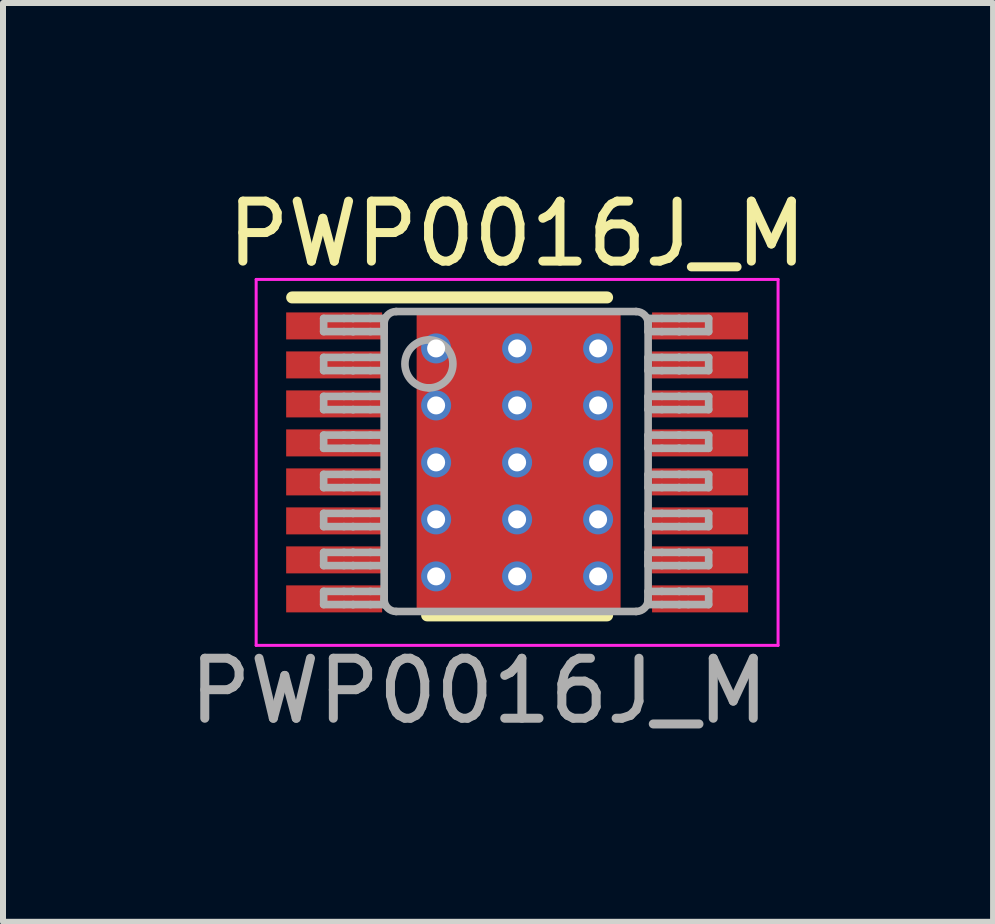
<source format=kicad_pcb>
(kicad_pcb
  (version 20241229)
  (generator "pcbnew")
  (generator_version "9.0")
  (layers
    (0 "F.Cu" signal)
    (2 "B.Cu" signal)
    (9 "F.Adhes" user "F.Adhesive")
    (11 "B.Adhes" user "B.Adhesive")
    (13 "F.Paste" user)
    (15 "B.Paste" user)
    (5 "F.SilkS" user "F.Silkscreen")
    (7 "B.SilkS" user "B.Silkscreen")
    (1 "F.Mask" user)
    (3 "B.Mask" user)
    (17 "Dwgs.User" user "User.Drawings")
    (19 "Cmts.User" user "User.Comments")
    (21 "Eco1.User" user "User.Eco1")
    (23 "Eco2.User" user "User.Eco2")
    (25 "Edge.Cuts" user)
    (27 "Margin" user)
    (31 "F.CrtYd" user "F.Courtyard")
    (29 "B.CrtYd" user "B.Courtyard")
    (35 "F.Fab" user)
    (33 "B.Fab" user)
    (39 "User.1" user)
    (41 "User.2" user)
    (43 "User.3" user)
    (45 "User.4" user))
  (footprint "PWP0016J_M"
    (layer "F.Cu")
    (at 5.57 4.658)
    (property "Reference" "PWP0016J_M" (at 0 -3.81 0) (unlocked yes) (layer "F.SilkS") (effects (font (size 1 1) (thickness 0.15))))
    (attr smd)
    (fp_poly (pts (xy -1.23 1.726) (xy -1.23 -1.726) (xy -1.229 -1.735) (xy -1.226 -1.745) (xy -1.222 -1.753) (xy -1.216 -1.761) (xy -1.208 -1.767) (xy -1.2 -1.771) (xy -1.19 -1.774) (xy -1.181 -1.775) (xy 1.181 -1.775) (xy 1.19 -1.774) (xy 1.2 -1.771) (xy 1.208 -1.767) (xy 1.216 -1.761) (xy 1.222 -1.753) (xy 1.226 -1.745) (xy 1.229 -1.735) (xy 1.23 -1.726) (xy 1.23 1.726) (xy 1.229 1.735) (xy 1.226 1.745) (xy 1.222 1.753) (xy 1.216 1.761) (xy 1.208 1.767) (xy 1.2 1.771) (xy 1.19 1.774) (xy 1.181 1.775) (xy -1.181 1.775) (xy -1.19 1.774) (xy -1.2 1.771) (xy -1.208 1.767) (xy -1.216 1.761) (xy -1.222 1.753) (xy -1.226 1.745) (xy -1.229 1.735)) (stroke (width 0) (type solid)) (fill yes) (layer "F.Mask"))
    (fp_line (start -3.75 -2.75) (end 1.5 -2.75) (stroke (width 0.2) (type solid)) (layer "F.SilkS"))
    (fp_line (start -1.5 2.55) (end 1.5 2.55) (stroke (width 0.2) (type solid)) (layer "F.SilkS"))
    (fp_poly (pts (xy -1.23 1.726) (xy -1.23 -1.726) (xy -1.229 -1.735) (xy -1.226 -1.745) (xy -1.222 -1.753) (xy -1.216 -1.761) (xy -1.208 -1.767) (xy -1.2 -1.771) (xy -1.19 -1.774) (xy -1.181 -1.775) (xy 1.181 -1.775) (xy 1.19 -1.774) (xy 1.2 -1.771) (xy 1.208 -1.767) (xy 1.216 -1.761) (xy 1.222 -1.753) (xy 1.226 -1.745) (xy 1.229 -1.735) (xy 1.23 -1.726) (xy 1.23 1.726) (xy 1.229 1.735) (xy 1.226 1.745) (xy 1.222 1.753) (xy 1.216 1.761) (xy 1.208 1.767) (xy 1.2 1.771) (xy 1.19 1.774) (xy 1.181 1.775) (xy -1.181 1.775) (xy -1.19 1.774) (xy -1.2 1.771) (xy -1.208 1.767) (xy -1.216 1.761) (xy -1.222 1.753) (xy -1.226 1.745) (xy -1.229 1.735)) (stroke (width 0) (type solid)) (fill yes) (layer "F.Paste"))
    (fp_line (start -4.35 -3.05) (end 4.35 -3.05) (stroke (width 0.05) (type solid)) (layer "F.CrtYd"))
    (fp_line (start -4.35 3.05) (end -4.35 -3.05) (stroke (width 0.05) (type solid)) (layer "F.CrtYd"))
    (fp_line (start -4.35 3.05) (end 4.35 3.05) (stroke (width 0.05) (type solid)) (layer "F.CrtYd"))
    (fp_line (start 4.35 3.05) (end 4.35 -3.05) (stroke (width 0.05) (type solid)) (layer "F.CrtYd"))
    (fp_line (start -3.225 -2.4) (end -2.887 -2.4) (stroke (width 0.127) (type solid)) (layer "F.Fab"))
    (fp_line (start -3.225 -2.18) (end -3.225 -2.4) (stroke (width 0.127) (type solid)) (layer "F.Fab"))
    (fp_line (start -3.225 -2.18) (end -2.887 -2.18) (stroke (width 0.127) (type solid)) (layer "F.Fab"))
    (fp_line (start -3.225 -1.75) (end -2.887 -1.75) (stroke (width 0.127) (type solid)) (layer "F.Fab"))
    (fp_line (start -3.225 -1.53) (end -3.225 -1.75) (stroke (width 0.127) (type solid)) (layer "F.Fab"))
    (fp_line (start -3.225 -1.53) (end -2.887 -1.53) (stroke (width 0.127) (type solid)) (layer "F.Fab"))
    (fp_line (start -3.225 -1.1) (end -2.887 -1.1) (stroke (width 0.127) (type solid)) (layer "F.Fab"))
    (fp_line (start -3.225 -0.88) (end -3.225 -1.1) (stroke (width 0.127) (type solid)) (layer "F.Fab"))
    (fp_line (start -3.225 -0.88) (end -2.887 -0.88) (stroke (width 0.127) (type solid)) (layer "F.Fab"))
    (fp_line (start -3.225 -0.455) (end -2.887 -0.455) (stroke (width 0.127) (type solid)) (layer "F.Fab"))
    (fp_line (start -3.225 -0.235) (end -3.225 -0.455) (stroke (width 0.127) (type solid)) (layer "F.Fab"))
    (fp_line (start -3.225 -0.235) (end -2.887 -0.235) (stroke (width 0.127) (type solid)) (layer "F.Fab"))
    (fp_line (start -3.225 0.2) (end -2.887 0.2) (stroke (width 0.127) (type solid)) (layer "F.Fab"))
    (fp_line (start -3.225 0.42) (end -3.225 0.2) (stroke (width 0.127) (type solid)) (layer "F.Fab"))
    (fp_line (start -3.225 0.42) (end -2.887 0.42) (stroke (width 0.127) (type solid)) (layer "F.Fab"))
    (fp_line (start -3.225 0.85) (end -2.887 0.85) (stroke (width 0.127) (type solid)) (layer "F.Fab"))
    (fp_line (start -3.225 1.07) (end -3.225 0.85) (stroke (width 0.127) (type solid)) (layer "F.Fab"))
    (fp_line (start -3.225 1.07) (end -2.887 1.07) (stroke (width 0.127) (type solid)) (layer "F.Fab"))
    (fp_line (start -3.225 1.5) (end -2.887 1.5) (stroke (width 0.127) (type solid)) (layer "F.Fab"))
    (fp_line (start -3.225 1.72) (end -3.225 1.5) (stroke (width 0.127) (type solid)) (layer "F.Fab"))
    (fp_line (start -3.225 1.72) (end -2.887 1.72) (stroke (width 0.127) (type solid)) (layer "F.Fab"))
    (fp_line (start -3.225 2.15) (end -2.887 2.15) (stroke (width 0.127) (type solid)) (layer "F.Fab"))
    (fp_line (start -3.225 2.37) (end -3.225 2.15) (stroke (width 0.127) (type solid)) (layer "F.Fab"))
    (fp_line (start -3.225 2.37) (end -2.887 2.37) (stroke (width 0.127) (type solid)) (layer "F.Fab"))
    (fp_line (start -2.887 -2.4) (end -2.739 -2.4) (stroke (width 0.127) (type solid)) (layer "F.Fab"))
    (fp_line (start -2.887 -2.18) (end -2.739 -2.18) (stroke (width 0.127) (type solid)) (layer "F.Fab"))
    (fp_line (start -2.887 -1.75) (end -2.739 -1.75) (stroke (width 0.127) (type solid)) (layer "F.Fab"))
    (fp_line (start -2.887 -1.53) (end -2.739 -1.53) (stroke (width 0.127) (type solid)) (layer "F.Fab"))
    (fp_line (start -2.887 -1.1) (end -2.739 -1.1) (stroke (width 0.127) (type solid)) (layer "F.Fab"))
    (fp_line (start -2.887 -0.88) (end -2.739 -0.88) (stroke (width 0.127) (type solid)) (layer "F.Fab"))
    (fp_line (start -2.887 -0.455) (end -2.739 -0.455) (stroke (width 0.127) (type solid)) (layer "F.Fab"))
    (fp_line (start -2.887 -0.235) (end -2.739 -0.235) (stroke (width 0.127) (type solid)) (layer "F.Fab"))
    (fp_line (start -2.887 0.2) (end -2.739 0.2) (stroke (width 0.127) (type solid)) (layer "F.Fab"))
    (fp_line (start -2.887 0.42) (end -2.739 0.42) (stroke (width 0.127) (type solid)) (layer "F.Fab"))
    (fp_line (start -2.887 0.85) (end -2.739 0.85) (stroke (width 0.127) (type solid)) (layer "F.Fab"))
    (fp_line (start -2.887 1.07) (end -2.739 1.07) (stroke (width 0.127) (type solid)) (layer "F.Fab"))
    (fp_line (start -2.887 1.5) (end -2.739 1.5) (stroke (width 0.127) (type solid)) (layer "F.Fab"))
    (fp_line (start -2.887 1.72) (end -2.739 1.72) (stroke (width 0.127) (type solid)) (layer "F.Fab"))
    (fp_line (start -2.887 2.15) (end -2.739 2.15) (stroke (width 0.127) (type solid)) (layer "F.Fab"))
    (fp_line (start -2.887 2.37) (end -2.739 2.37) (stroke (width 0.127) (type solid)) (layer "F.Fab"))
    (fp_line (start -2.739 -2.4) (end -2.73 -2.4) (stroke (width 0.127) (type solid)) (layer "F.Fab"))
    (fp_line (start -2.739 -2.18) (end -2.73 -2.18) (stroke (width 0.127) (type solid)) (layer "F.Fab"))
    (fp_line (start -2.739 -1.75) (end -2.73 -1.75) (stroke (width 0.127) (type solid)) (layer "F.Fab"))
    (fp_line (start -2.739 -1.53) (end -2.73 -1.53) (stroke (width 0.127) (type solid)) (layer "F.Fab"))
    (fp_line (start -2.739 -1.1) (end -2.73 -1.1) (stroke (width 0.127) (type solid)) (layer "F.Fab"))
    (fp_line (start -2.739 -0.88) (end -2.73 -0.88) (stroke (width 0.127) (type solid)) (layer "F.Fab"))
    (fp_line (start -2.739 -0.455) (end -2.73 -0.455) (stroke (width 0.127) (type solid)) (layer "F.Fab"))
    (fp_line (start -2.739 -0.235) (end -2.73 -0.235) (stroke (width 0.127) (type solid)) (layer "F.Fab"))
    (fp_line (start -2.739 0.2) (end -2.73 0.2) (stroke (width 0.127) (type solid)) (layer "F.Fab"))
    (fp_line (start -2.739 0.42) (end -2.73 0.42) (stroke (width 0.127) (type solid)) (layer "F.Fab"))
    (fp_line (start -2.739 0.85) (end -2.73 0.85) (stroke (width 0.127) (type solid)) (layer "F.Fab"))
    (fp_line (start -2.739 1.07) (end -2.73 1.07) (stroke (width 0.127) (type solid)) (layer "F.Fab"))
    (fp_line (start -2.739 1.5) (end -2.73 1.5) (stroke (width 0.127) (type solid)) (layer "F.Fab"))
    (fp_line (start -2.739 1.72) (end -2.73 1.72) (stroke (width 0.127) (type solid)) (layer "F.Fab"))
    (fp_line (start -2.739 2.15) (end -2.73 2.15) (stroke (width 0.127) (type solid)) (layer "F.Fab"))
    (fp_line (start -2.739 2.37) (end -2.73 2.37) (stroke (width 0.127) (type solid)) (layer "F.Fab"))
    (fp_line (start -2.73 -2.4) (end -2.446 -2.4) (stroke (width 0.127) (type solid)) (layer "F.Fab"))
    (fp_line (start -2.73 -2.18) (end -2.446 -2.18) (stroke (width 0.127) (type solid)) (layer "F.Fab"))
    (fp_line (start -2.73 -1.75) (end -2.446 -1.75) (stroke (width 0.127) (type solid)) (layer "F.Fab"))
    (fp_line (start -2.73 -1.53) (end -2.446 -1.53) (stroke (width 0.127) (type solid)) (layer "F.Fab"))
    (fp_line (start -2.73 -1.1) (end -2.446 -1.1) (stroke (width 0.127) (type solid)) (layer "F.Fab"))
    (fp_line (start -2.73 -0.88) (end -2.446 -0.88) (stroke (width 0.127) (type solid)) (layer "F.Fab"))
    (fp_line (start -2.73 -0.455) (end -2.446 -0.455) (stroke (width 0.127) (type solid)) (layer "F.Fab"))
    (fp_line (start -2.73 -0.235) (end -2.446 -0.235) (stroke (width 0.127) (type solid)) (layer "F.Fab"))
    (fp_line (start -2.73 0.2) (end -2.446 0.2) (stroke (width 0.127) (type solid)) (layer "F.Fab"))
    (fp_line (start -2.73 0.42) (end -2.446 0.42) (stroke (width 0.127) (type solid)) (layer "F.Fab"))
    (fp_line (start -2.73 0.85) (end -2.446 0.85) (stroke (width 0.127) (type solid)) (layer "F.Fab"))
    (fp_line (start -2.73 1.07) (end -2.446 1.07) (stroke (width 0.127) (type solid)) (layer "F.Fab"))
    (fp_line (start -2.73 1.5) (end -2.446 1.5) (stroke (width 0.127) (type solid)) (layer "F.Fab"))
    (fp_line (start -2.73 1.72) (end -2.446 1.72) (stroke (width 0.127) (type solid)) (layer "F.Fab"))
    (fp_line (start -2.73 2.15) (end -2.446 2.15) (stroke (width 0.127) (type solid)) (layer "F.Fab"))
    (fp_line (start -2.73 2.37) (end -2.446 2.37) (stroke (width 0.127) (type solid)) (layer "F.Fab"))
    (fp_line (start -2.446 -2.4) (end -2.216 -2.4) (stroke (width 0.127) (type solid)) (layer "F.Fab"))
    (fp_line (start -2.446 -2.18) (end -2.216 -2.18) (stroke (width 0.127) (type solid)) (layer "F.Fab"))
    (fp_line (start -2.446 -1.75) (end -2.216 -1.75) (stroke (width 0.127) (type solid)) (layer "F.Fab"))
    (fp_line (start -2.446 -1.53) (end -2.216 -1.53) (stroke (width 0.127) (type solid)) (layer "F.Fab"))
    (fp_line (start -2.446 -1.1) (end -2.216 -1.1) (stroke (width 0.127) (type solid)) (layer "F.Fab"))
    (fp_line (start -2.446 -0.88) (end -2.216 -0.88) (stroke (width 0.127) (type solid)) (layer "F.Fab"))
    (fp_line (start -2.446 -0.455) (end -2.216 -0.455) (stroke (width 0.127) (type solid)) (layer "F.Fab"))
    (fp_line (start -2.446 -0.235) (end -2.216 -0.235) (stroke (width 0.127) (type solid)) (layer "F.Fab"))
    (fp_line (start -2.446 0.2) (end -2.216 0.2) (stroke (width 0.127) (type solid)) (layer "F.Fab"))
    (fp_line (start -2.446 0.42) (end -2.216 0.42) (stroke (width 0.127) (type solid)) (layer "F.Fab"))
    (fp_line (start -2.446 0.85) (end -2.216 0.85) (stroke (width 0.127) (type solid)) (layer "F.Fab"))
    (fp_line (start -2.446 1.07) (end -2.216 1.07) (stroke (width 0.127) (type solid)) (layer "F.Fab"))
    (fp_line (start -2.446 1.5) (end -2.216 1.5) (stroke (width 0.127) (type solid)) (layer "F.Fab"))
    (fp_line (start -2.446 1.72) (end -2.216 1.72) (stroke (width 0.127) (type solid)) (layer "F.Fab"))
    (fp_line (start -2.446 2.15) (end -2.216 2.15) (stroke (width 0.127) (type solid)) (layer "F.Fab"))
    (fp_line (start -2.446 2.37) (end -2.216 2.37) (stroke (width 0.127) (type solid)) (layer "F.Fab"))
    (fp_line (start -2.216 -2.18) (end -2.216 -2.4) (stroke (width 0.127) (type solid)) (layer "F.Fab"))
    (fp_line (start -2.216 -1.53) (end -2.216 -1.75) (stroke (width 0.127) (type solid)) (layer "F.Fab"))
    (fp_line (start -2.216 -0.88) (end -2.216 -1.1) (stroke (width 0.127) (type solid)) (layer "F.Fab"))
    (fp_line (start -2.216 -0.235) (end -2.216 -0.455) (stroke (width 0.127) (type solid)) (layer "F.Fab"))
    (fp_line (start -2.216 0.42) (end -2.216 0.2) (stroke (width 0.127) (type solid)) (layer "F.Fab"))
    (fp_line (start -2.216 1.07) (end -2.216 0.85) (stroke (width 0.127) (type solid)) (layer "F.Fab"))
    (fp_line (start -2.216 1.72) (end -2.216 1.5) (stroke (width 0.127) (type solid)) (layer "F.Fab"))
    (fp_line (start -2.216 2.285) (end -2.216 -2.315) (stroke (width 0.127) (type solid)) (layer "F.Fab"))
    (fp_line (start -2.216 2.37) (end -2.216 2.15) (stroke (width 0.127) (type solid)) (layer "F.Fab"))
    (fp_line (start -2.016 -2.515) (end 1.984 -2.515) (stroke (width 0.127) (type solid)) (layer "F.Fab"))
    (fp_line (start -2.016 2.485) (end 1.984 2.485) (stroke (width 0.127) (type solid)) (layer "F.Fab"))
    (fp_line (start 2.184 -2.4) (end 2.413 -2.4) (stroke (width 0.127) (type solid)) (layer "F.Fab"))
    (fp_line (start 2.184 -2.18) (end 2.184 -2.4) (stroke (width 0.127) (type solid)) (layer "F.Fab"))
    (fp_line (start 2.184 -2.18) (end 2.413 -2.18) (stroke (width 0.127) (type solid)) (layer "F.Fab"))
    (fp_line (start 2.184 -1.75) (end 2.413 -1.75) (stroke (width 0.127) (type solid)) (layer "F.Fab"))
    (fp_line (start 2.184 -1.53) (end 2.184 -1.75) (stroke (width 0.127) (type solid)) (layer "F.Fab"))
    (fp_line (start 2.184 -1.53) (end 2.413 -1.53) (stroke (width 0.127) (type solid)) (layer "F.Fab"))
    (fp_line (start 2.184 -1.1) (end 2.413 -1.1) (stroke (width 0.127) (type solid)) (layer "F.Fab"))
    (fp_line (start 2.184 -0.88) (end 2.184 -1.1) (stroke (width 0.127) (type solid)) (layer "F.Fab"))
    (fp_line (start 2.184 -0.88) (end 2.413 -0.88) (stroke (width 0.127) (type solid)) (layer "F.Fab"))
    (fp_line (start 2.184 -0.455) (end 2.413 -0.455) (stroke (width 0.127) (type solid)) (layer "F.Fab"))
    (fp_line (start 2.184 -0.235) (end 2.184 -0.455) (stroke (width 0.127) (type solid)) (layer "F.Fab"))
    (fp_line (start 2.184 -0.235) (end 2.413 -0.235) (stroke (width 0.127) (type solid)) (layer "F.Fab"))
    (fp_line (start 2.184 0.2) (end 2.413 0.2) (stroke (width 0.127) (type solid)) (layer "F.Fab"))
    (fp_line (start 2.184 0.42) (end 2.184 0.2) (stroke (width 0.127) (type solid)) (layer "F.Fab"))
    (fp_line (start 2.184 0.42) (end 2.413 0.42) (stroke (width 0.127) (type solid)) (layer "F.Fab"))
    (fp_line (start 2.184 0.85) (end 2.413 0.85) (stroke (width 0.127) (type solid)) (layer "F.Fab"))
    (fp_line (start 2.184 1.07) (end 2.184 0.85) (stroke (width 0.127) (type solid)) (layer "F.Fab"))
    (fp_line (start 2.184 1.07) (end 2.413 1.07) (stroke (width 0.127) (type solid)) (layer "F.Fab"))
    (fp_line (start 2.184 1.5) (end 2.413 1.5) (stroke (width 0.127) (type solid)) (layer "F.Fab"))
    (fp_line (start 2.184 1.72) (end 2.184 1.5) (stroke (width 0.127) (type solid)) (layer "F.Fab"))
    (fp_line (start 2.184 1.72) (end 2.413 1.72) (stroke (width 0.127) (type solid)) (layer "F.Fab"))
    (fp_line (start 2.184 2.15) (end 2.413 2.15) (stroke (width 0.127) (type solid)) (layer "F.Fab"))
    (fp_line (start 2.184 2.285) (end 2.184 -2.315) (stroke (width 0.127) (type solid)) (layer "F.Fab"))
    (fp_line (start 2.184 2.37) (end 2.184 2.15) (stroke (width 0.127) (type solid)) (layer "F.Fab"))
    (fp_line (start 2.184 2.37) (end 2.413 2.37) (stroke (width 0.127) (type solid)) (layer "F.Fab"))
    (fp_line (start 2.413 -2.4) (end 2.698 -2.4) (stroke (width 0.127) (type solid)) (layer "F.Fab"))
    (fp_line (start 2.413 -2.18) (end 2.698 -2.18) (stroke (width 0.127) (type solid)) (layer "F.Fab"))
    (fp_line (start 2.413 -1.75) (end 2.698 -1.75) (stroke (width 0.127) (type solid)) (layer "F.Fab"))
    (fp_line (start 2.413 -1.53) (end 2.698 -1.53) (stroke (width 0.127) (type solid)) (layer "F.Fab"))
    (fp_line (start 2.413 -1.1) (end 2.698 -1.1) (stroke (width 0.127) (type solid)) (layer "F.Fab"))
    (fp_line (start 2.413 -0.88) (end 2.698 -0.88) (stroke (width 0.127) (type solid)) (layer "F.Fab"))
    (fp_line (start 2.413 -0.455) (end 2.698 -0.455) (stroke (width 0.127) (type solid)) (layer "F.Fab"))
    (fp_line (start 2.413 -0.235) (end 2.698 -0.235) (stroke (width 0.127) (type solid)) (layer "F.Fab"))
    (fp_line (start 2.413 0.2) (end 2.698 0.2) (stroke (width 0.127) (type solid)) (layer "F.Fab"))
    (fp_line (start 2.413 0.42) (end 2.698 0.42) (stroke (width 0.127) (type solid)) (layer "F.Fab"))
    (fp_line (start 2.413 0.85) (end 2.698 0.85) (stroke (width 0.127) (type solid)) (layer "F.Fab"))
    (fp_line (start 2.413 1.07) (end 2.698 1.07) (stroke (width 0.127) (type solid)) (layer "F.Fab"))
    (fp_line (start 2.413 1.5) (end 2.698 1.5) (stroke (width 0.127) (type solid)) (layer "F.Fab"))
    (fp_line (start 2.413 1.72) (end 2.698 1.72) (stroke (width 0.127) (type solid)) (layer "F.Fab"))
    (fp_line (start 2.413 2.15) (end 2.698 2.15) (stroke (width 0.127) (type solid)) (layer "F.Fab"))
    (fp_line (start 2.413 2.37) (end 2.698 2.37) (stroke (width 0.127) (type solid)) (layer "F.Fab"))
    (fp_line (start 2.698 -2.4) (end 2.707 -2.4) (stroke (width 0.127) (type solid)) (layer "F.Fab"))
    (fp_line (start 2.698 -2.18) (end 2.707 -2.18) (stroke (width 0.127) (type solid)) (layer "F.Fab"))
    (fp_line (start 2.698 -1.75) (end 2.707 -1.75) (stroke (width 0.127) (type solid)) (layer "F.Fab"))
    (fp_line (start 2.698 -1.53) (end 2.707 -1.53) (stroke (width 0.127) (type solid)) (layer "F.Fab"))
    (fp_line (start 2.698 -1.1) (end 2.707 -1.1) (stroke (width 0.127) (type solid)) (layer "F.Fab"))
    (fp_line (start 2.698 -0.88) (end 2.707 -0.88) (stroke (width 0.127) (type solid)) (layer "F.Fab"))
    (fp_line (start 2.698 -0.455) (end 2.707 -0.455) (stroke (width 0.127) (type solid)) (layer "F.Fab"))
    (fp_line (start 2.698 -0.235) (end 2.707 -0.235) (stroke (width 0.127) (type solid)) (layer "F.Fab"))
    (fp_line (start 2.698 0.2) (end 2.707 0.2) (stroke (width 0.127) (type solid)) (layer "F.Fab"))
    (fp_line (start 2.698 0.42) (end 2.707 0.42) (stroke (width 0.127) (type solid)) (layer "F.Fab"))
    (fp_line (start 2.698 0.85) (end 2.707 0.85) (stroke (width 0.127) (type solid)) (layer "F.Fab"))
    (fp_line (start 2.698 1.07) (end 2.707 1.07) (stroke (width 0.127) (type solid)) (layer "F.Fab"))
    (fp_line (start 2.698 1.5) (end 2.707 1.5) (stroke (width 0.127) (type solid)) (layer "F.Fab"))
    (fp_line (start 2.698 1.72) (end 2.707 1.72) (stroke (width 0.127) (type solid)) (layer "F.Fab"))
    (fp_line (start 2.698 2.15) (end 2.707 2.15) (stroke (width 0.127) (type solid)) (layer "F.Fab"))
    (fp_line (start 2.698 2.37) (end 2.707 2.37) (stroke (width 0.127) (type solid)) (layer "F.Fab"))
    (fp_line (start 2.707 -2.4) (end 2.854 -2.4) (stroke (width 0.127) (type solid)) (layer "F.Fab"))
    (fp_line (start 2.707 -2.18) (end 2.854 -2.18) (stroke (width 0.127) (type solid)) (layer "F.Fab"))
    (fp_line (start 2.707 -1.75) (end 2.854 -1.75) (stroke (width 0.127) (type solid)) (layer "F.Fab"))
    (fp_line (start 2.707 -1.53) (end 2.854 -1.53) (stroke (width 0.127) (type solid)) (layer "F.Fab"))
    (fp_line (start 2.707 -1.1) (end 2.854 -1.1) (stroke (width 0.127) (type solid)) (layer "F.Fab"))
    (fp_line (start 2.707 -0.88) (end 2.854 -0.88) (stroke (width 0.127) (type solid)) (layer "F.Fab"))
    (fp_line (start 2.707 -0.455) (end 2.854 -0.455) (stroke (width 0.127) (type solid)) (layer "F.Fab"))
    (fp_line (start 2.707 -0.235) (end 2.854 -0.235) (stroke (width 0.127) (type solid)) (layer "F.Fab"))
    (fp_line (start 2.707 0.2) (end 2.854 0.2) (stroke (width 0.127) (type solid)) (layer "F.Fab"))
    (fp_line (start 2.707 0.42) (end 2.854 0.42) (stroke (width 0.127) (type solid)) (layer "F.Fab"))
    (fp_line (start 2.707 0.85) (end 2.854 0.85) (stroke (width 0.127) (type solid)) (layer "F.Fab"))
    (fp_line (start 2.707 1.07) (end 2.854 1.07) (stroke (width 0.127) (type solid)) (layer "F.Fab"))
    (fp_line (start 2.707 1.5) (end 2.854 1.5) (stroke (width 0.127) (type solid)) (layer "F.Fab"))
    (fp_line (start 2.707 1.72) (end 2.854 1.72) (stroke (width 0.127) (type solid)) (layer "F.Fab"))
    (fp_line (start 2.707 2.15) (end 2.854 2.15) (stroke (width 0.127) (type solid)) (layer "F.Fab"))
    (fp_line (start 2.707 2.37) (end 2.854 2.37) (stroke (width 0.127) (type solid)) (layer "F.Fab"))
    (fp_line (start 2.854 -2.4) (end 3.193 -2.4) (stroke (width 0.127) (type solid)) (layer "F.Fab"))
    (fp_line (start 2.854 -2.18) (end 3.193 -2.18) (stroke (width 0.127) (type solid)) (layer "F.Fab"))
    (fp_line (start 2.854 -1.75) (end 3.193 -1.75) (stroke (width 0.127) (type solid)) (layer "F.Fab"))
    (fp_line (start 2.854 -1.53) (end 3.193 -1.53) (stroke (width 0.127) (type solid)) (layer "F.Fab"))
    (fp_line (start 2.854 -1.1) (end 3.193 -1.1) (stroke (width 0.127) (type solid)) (layer "F.Fab"))
    (fp_line (start 2.854 -0.88) (end 3.193 -0.88) (stroke (width 0.127) (type solid)) (layer "F.Fab"))
    (fp_line (start 2.854 -0.455) (end 3.193 -0.455) (stroke (width 0.127) (type solid)) (layer "F.Fab"))
    (fp_line (start 2.854 -0.235) (end 3.193 -0.235) (stroke (width 0.127) (type solid)) (layer "F.Fab"))
    (fp_line (start 2.854 0.2) (end 3.193 0.2) (stroke (width 0.127) (type solid)) (layer "F.Fab"))
    (fp_line (start 2.854 0.42) (end 3.193 0.42) (stroke (width 0.127) (type solid)) (layer "F.Fab"))
    (fp_line (start 2.854 0.85) (end 3.193 0.85) (stroke (width 0.127) (type solid)) (layer "F.Fab"))
    (fp_line (start 2.854 1.07) (end 3.193 1.07) (stroke (width 0.127) (type solid)) (layer "F.Fab"))
    (fp_line (start 2.854 1.5) (end 3.193 1.5) (stroke (width 0.127) (type solid)) (layer "F.Fab"))
    (fp_line (start 2.854 1.72) (end 3.193 1.72) (stroke (width 0.127) (type solid)) (layer "F.Fab"))
    (fp_line (start 2.854 2.15) (end 3.193 2.15) (stroke (width 0.127) (type solid)) (layer "F.Fab"))
    (fp_line (start 2.854 2.37) (end 3.193 2.37) (stroke (width 0.127) (type solid)) (layer "F.Fab"))
    (fp_line (start 3.193 -2.18) (end 3.193 -2.4) (stroke (width 0.127) (type solid)) (layer "F.Fab"))
    (fp_line (start 3.193 -1.53) (end 3.193 -1.75) (stroke (width 0.127) (type solid)) (layer "F.Fab"))
    (fp_line (start 3.193 -0.88) (end 3.193 -1.1) (stroke (width 0.127) (type solid)) (layer "F.Fab"))
    (fp_line (start 3.193 -0.235) (end 3.193 -0.455) (stroke (width 0.127) (type solid)) (layer "F.Fab"))
    (fp_line (start 3.193 0.42) (end 3.193 0.2) (stroke (width 0.127) (type solid)) (layer "F.Fab"))
    (fp_line (start 3.193 1.07) (end 3.193 0.85) (stroke (width 0.127) (type solid)) (layer "F.Fab"))
    (fp_line (start 3.193 1.72) (end 3.193 1.5) (stroke (width 0.127) (type solid)) (layer "F.Fab"))
    (fp_line (start 3.193 2.37) (end 3.193 2.15) (stroke (width 0.127) (type solid)) (layer "F.Fab"))
    (fp_arc (start -2.216137 -2.314986) (mid -2.157559 -2.456407) (end -2.016138 -2.514986) (stroke (width 0.127) (type solid)) (layer "F.Fab"))
    (fp_arc (start -2.016137 2.485004) (mid -2.157559 2.426426) (end -2.216137 2.285004) (stroke (width 0.127) (type solid)) (layer "F.Fab"))
    (fp_arc (start -1.470139 -2.041987) (mid -1.07014 -1.641988) (end -1.470139 -1.241989) (stroke (width 0.127) (type solid)) (layer "F.Fab"))
    (fp_arc (start -1.470139 -1.241989) (mid -1.870139 -1.641988) (end -1.470139 -2.041987) (stroke (width 0.127) (type solid)) (layer "F.Fab"))
    (fp_arc (start 1.983854 -2.514986) (mid 2.125275 -2.456408) (end 2.183854 -2.314986) (stroke (width 0.127) (type solid)) (layer "F.Fab"))
    (fp_arc (start 2.183854 2.285004) (mid 2.125275 2.426425) (end 1.983854 2.485004) (stroke (width 0.127) (type solid)) (layer "F.Fab"))
    (fp_text user "${REFERENCE}" (at -0.635 3.81 0) (unlocked yes) (layer "F.Fab") (effects (font (size 1 1) (thickness 0.15))))
    (pad "1" smd rect (at -3.05 -2.275 90) (size 0.45 1.6) (layers "F.Cu" "F.Mask" "F.Paste"))
    (pad "2" smd rect (at -3.05 -1.625 90) (size 0.45 1.6) (layers "F.Cu" "F.Mask" "F.Paste"))
    (pad "3" smd rect (at -3.05 -0.975 90) (size 0.45 1.6) (layers "F.Cu" "F.Mask" "F.Paste"))
    (pad "4" smd rect (at -3.05 -0.325 90) (size 0.45 1.6) (layers "F.Cu" "F.Mask" "F.Paste"))
    (pad "5" smd rect (at -3.05 0.325 90) (size 0.45 1.6) (layers "F.Cu" "F.Mask" "F.Paste"))
    (pad "6" smd rect (at -3.05 0.975 90) (size 0.45 1.6) (layers "F.Cu" "F.Mask" "F.Paste"))
    (pad "7" smd rect (at -3.05 1.625 90) (size 0.45 1.6) (layers "F.Cu" "F.Mask" "F.Paste"))
    (pad "8" smd rect (at -3.05 2.275 90) (size 0.45 1.6) (layers "F.Cu" "F.Mask" "F.Paste"))
    (pad "9" smd rect (at 3.05 2.275 90) (size 0.45 1.6) (layers "F.Cu" "F.Mask" "F.Paste"))
    (pad "10" smd rect (at 3.05 1.625 90) (size 0.45 1.6) (layers "F.Cu" "F.Mask" "F.Paste"))
    (pad "11" smd rect (at 3.05 0.975 90) (size 0.45 1.6) (layers "F.Cu" "F.Mask" "F.Paste"))
    (pad "12" smd rect (at 3.05 0.325 90) (size 0.45 1.6) (layers "F.Cu" "F.Mask" "F.Paste"))
    (pad "13" smd rect (at 3.05 -0.325 90) (size 0.45 1.6) (layers "F.Cu" "F.Mask" "F.Paste"))
    (pad "14" smd rect (at 3.05 -0.975 90) (size 0.45 1.6) (layers "F.Cu" "F.Mask" "F.Paste"))
    (pad "15" smd rect (at 3.05 -1.625 90) (size 0.45 1.6) (layers "F.Cu" "F.Mask" "F.Paste"))
    (pad "16" smd rect (at 3.05 -2.275 90) (size 0.45 1.6) (layers "F.Cu" "F.Mask" "F.Paste"))
    (pad "17" thru_hole circle (at -1.35 -1.9) (size 0.5 0.5) (drill 0.3) (layers "*.Cu" "*.Mask"))
    (pad "17" thru_hole circle (at -1.35 -0.95) (size 0.5 0.5) (drill 0.3) (layers "*.Cu" "*.Mask"))
    (pad "17" thru_hole circle (at -1.35 0) (size 0.5 0.5) (drill 0.3) (layers "*.Cu" "*.Mask"))
    (pad "17" thru_hole circle (at -1.35 0.95) (size 0.5 0.5) (drill 0.3) (layers "*.Cu" "*.Mask"))
    (pad "17" thru_hole circle (at -1.35 1.9) (size 0.5 0.5) (drill 0.3) (layers "*.Cu" "*.Mask"))
    (pad "17" thru_hole circle (at 0 -1.9) (size 0.5 0.5) (drill 0.3) (layers "*.Cu" "*.Mask"))
    (pad "17" thru_hole circle (at 0 -0.95) (size 0.5 0.5) (drill 0.3) (layers "*.Cu" "*.Mask"))
    (pad "17" thru_hole circle (at 0 0) (size 0.5 0.5) (drill 0.3) (layers "*.Cu" "*.Mask"))
    (pad "17" thru_hole circle (at 0 0.95) (size 0.5 0.5) (drill 0.3) (layers "*.Cu" "*.Mask"))
    (pad "17" thru_hole circle (at 0 1.9) (size 0.5 0.5) (drill 0.3) (layers "*.Cu" "*.Mask"))
    (pad "17" smd rect (at 0.025 0) (size 3.4 5) (layers "F.Cu" "F.Mask" "F.Paste"))
    (pad "17" thru_hole circle (at 1.35 -1.9) (size 0.5 0.5) (drill 0.3) (layers "*.Cu" "*.Mask"))
    (pad "17" thru_hole circle (at 1.35 -0.95) (size 0.5 0.5) (drill 0.3) (layers "*.Cu" "*.Mask"))
    (pad "17" thru_hole circle (at 1.35 0) (size 0.5 0.5) (drill 0.3) (layers "*.Cu" "*.Mask"))
    (pad "17" thru_hole circle (at 1.35 0.95) (size 0.5 0.5) (drill 0.3) (layers "*.Cu" "*.Mask"))
    (pad "17" thru_hole circle (at 1.35 1.9) (size 0.5 0.5) (drill 0.3) (layers "*.Cu" "*.Mask")))
  (gr_rect
    (start -3 -3)
    (end 13.504 12.316)
    (stroke (width 0.1) (type default))
    (fill no)
    (layer "Edge.Cuts")))
</source>
